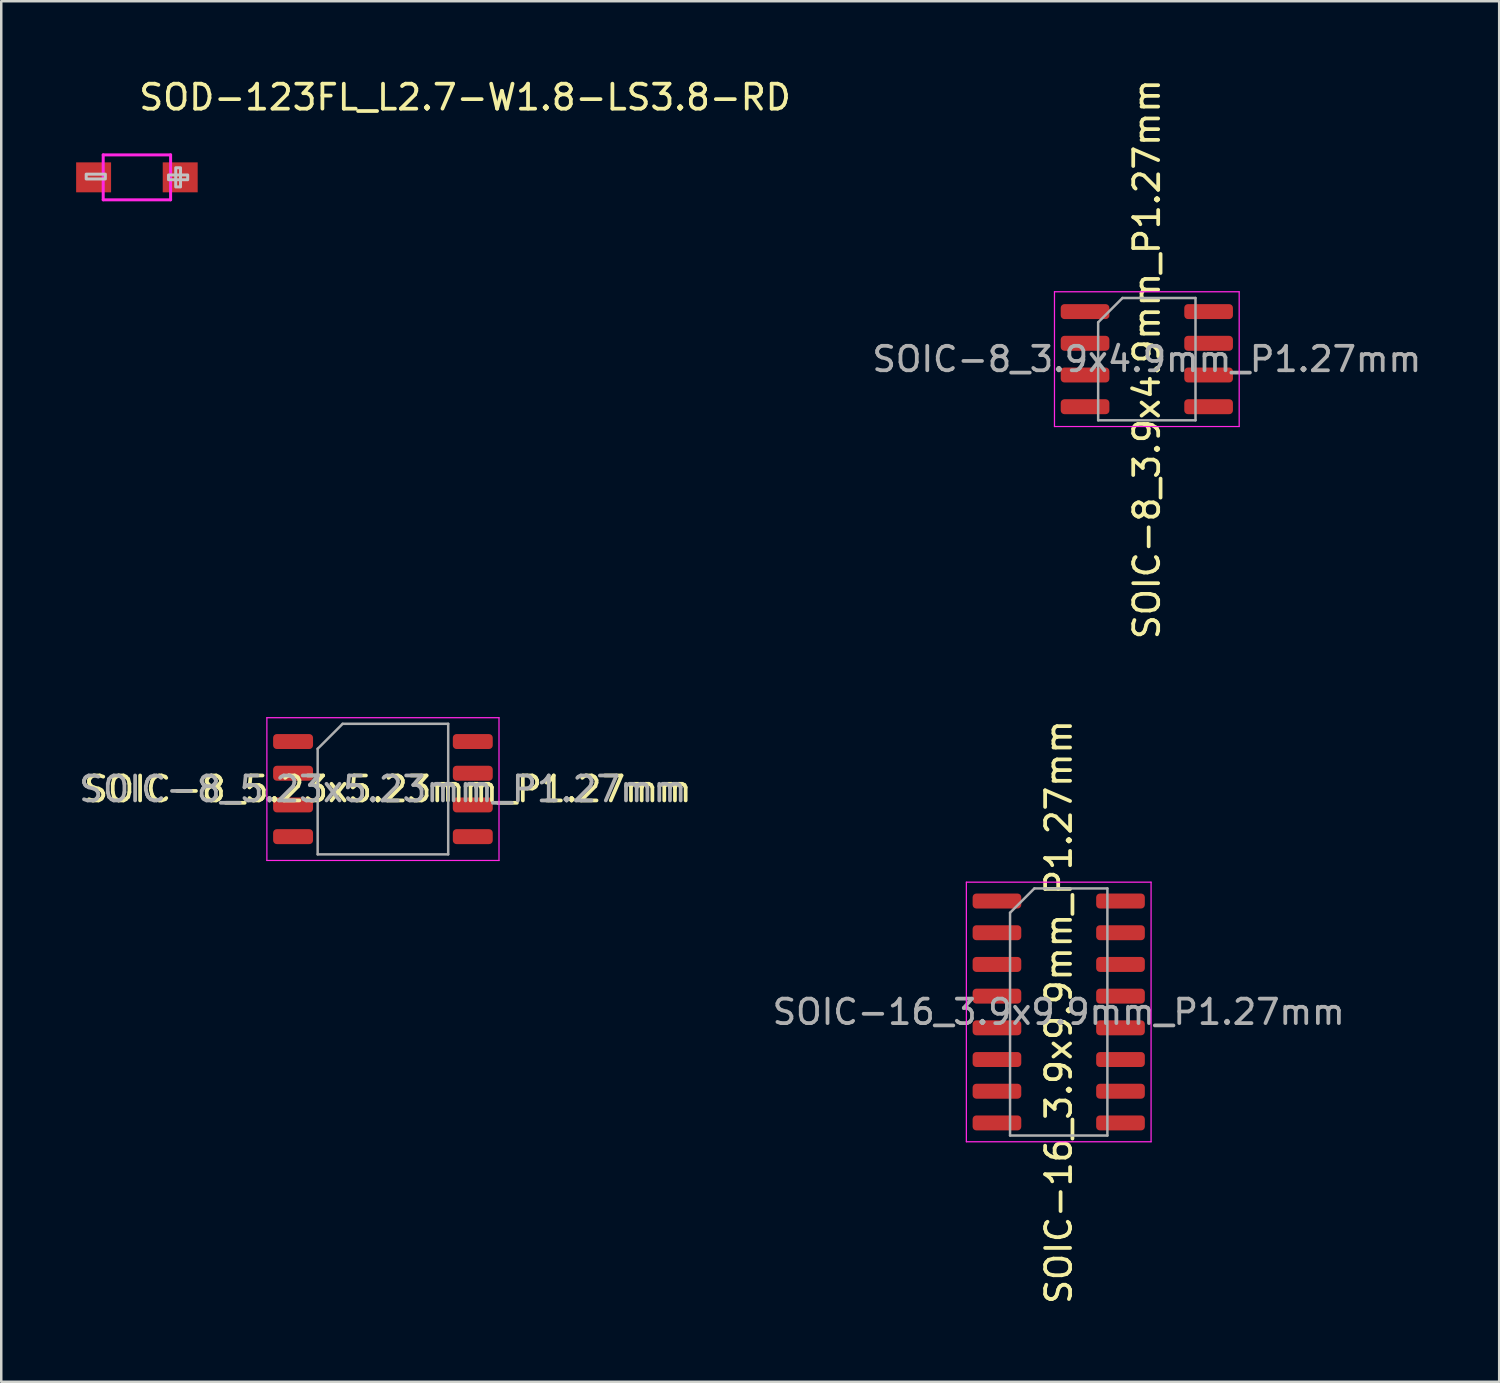
<source format=kicad_pcb>
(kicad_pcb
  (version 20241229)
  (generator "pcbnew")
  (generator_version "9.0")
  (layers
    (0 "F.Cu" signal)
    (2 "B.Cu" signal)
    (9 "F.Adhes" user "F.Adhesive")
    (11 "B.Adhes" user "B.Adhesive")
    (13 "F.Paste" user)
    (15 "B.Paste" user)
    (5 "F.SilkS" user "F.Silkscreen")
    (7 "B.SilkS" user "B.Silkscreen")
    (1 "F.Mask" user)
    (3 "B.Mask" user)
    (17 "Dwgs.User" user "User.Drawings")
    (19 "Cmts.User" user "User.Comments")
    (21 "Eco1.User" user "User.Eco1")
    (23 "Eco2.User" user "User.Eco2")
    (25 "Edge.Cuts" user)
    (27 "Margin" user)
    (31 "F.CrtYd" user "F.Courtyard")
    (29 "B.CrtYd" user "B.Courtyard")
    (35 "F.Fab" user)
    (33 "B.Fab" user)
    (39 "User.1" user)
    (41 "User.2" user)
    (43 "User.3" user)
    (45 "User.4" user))
  (footprint "SOIC-16_3.9x9.9mm_P1.27mm"
    (layer "F.Cu")
    (at 39.367 37.494)
    (property "Reference" "SOIC-16_3.9x9.9mm_P1.27mm" (at 0 0 90) (layer "F.SilkS") (effects (font (size 1 1) (thickness 0.15))))
    (attr smd)
    (fp_line (start -3.7 -5.2) (end -3.7 5.2) (stroke (width 0.05) (type solid)) (layer "F.CrtYd"))
    (fp_line (start -3.7 5.2) (end 3.7 5.2) (stroke (width 0.05) (type solid)) (layer "F.CrtYd"))
    (fp_line (start 3.7 -5.2) (end -3.7 -5.2) (stroke (width 0.05) (type solid)) (layer "F.CrtYd"))
    (fp_line (start 3.7 5.2) (end 3.7 -5.2) (stroke (width 0.05) (type solid)) (layer "F.CrtYd"))
    (fp_line (start -1.95 -3.975) (end -0.975 -4.95) (stroke (width 0.1) (type solid)) (layer "F.Fab"))
    (fp_line (start -1.95 4.95) (end -1.95 -3.975) (stroke (width 0.1) (type solid)) (layer "F.Fab"))
    (fp_line (start -0.975 -4.95) (end 1.95 -4.95) (stroke (width 0.1) (type solid)) (layer "F.Fab"))
    (fp_line (start 1.95 -4.95) (end 1.95 4.95) (stroke (width 0.1) (type solid)) (layer "F.Fab"))
    (fp_line (start 1.95 4.95) (end -1.95 4.95) (stroke (width 0.1) (type solid)) (layer "F.Fab"))
    (fp_text user "${REFERENCE}" (at 0 0 0) (layer "F.Fab") (effects (font (size 0.98 0.98) (thickness 0.15))))
    (pad "1" smd roundrect (at -2.475 -4.445) (size 1.95 0.6) (layers "F.Cu" "F.Mask" "F.Paste") (roundrect_rratio 0.25))
    (pad "2" smd roundrect (at -2.475 -3.175) (size 1.95 0.6) (layers "F.Cu" "F.Mask" "F.Paste") (roundrect_rratio 0.25))
    (pad "3" smd roundrect (at -2.475 -1.905) (size 1.95 0.6) (layers "F.Cu" "F.Mask" "F.Paste") (roundrect_rratio 0.25))
    (pad "4" smd roundrect (at -2.475 -0.635) (size 1.95 0.6) (layers "F.Cu" "F.Mask" "F.Paste") (roundrect_rratio 0.25))
    (pad "5" smd roundrect (at -2.475 0.635) (size 1.95 0.6) (layers "F.Cu" "F.Mask" "F.Paste") (roundrect_rratio 0.25))
    (pad "6" smd roundrect (at -2.475 1.905) (size 1.95 0.6) (layers "F.Cu" "F.Mask" "F.Paste") (roundrect_rratio 0.25))
    (pad "7" smd roundrect (at -2.475 3.175) (size 1.95 0.6) (layers "F.Cu" "F.Mask" "F.Paste") (roundrect_rratio 0.25))
    (pad "8" smd roundrect (at -2.475 4.445) (size 1.95 0.6) (layers "F.Cu" "F.Mask" "F.Paste") (roundrect_rratio 0.25))
    (pad "9" smd roundrect (at 2.475 4.445) (size 1.95 0.6) (layers "F.Cu" "F.Mask" "F.Paste") (roundrect_rratio 0.25))
    (pad "10" smd roundrect (at 2.475 3.175) (size 1.95 0.6) (layers "F.Cu" "F.Mask" "F.Paste") (roundrect_rratio 0.25))
    (pad "11" smd roundrect (at 2.475 1.905) (size 1.95 0.6) (layers "F.Cu" "F.Mask" "F.Paste") (roundrect_rratio 0.25))
    (pad "12" smd roundrect (at 2.475 0.635) (size 1.95 0.6) (layers "F.Cu" "F.Mask" "F.Paste") (roundrect_rratio 0.25))
    (pad "13" smd roundrect (at 2.475 -0.635) (size 1.95 0.6) (layers "F.Cu" "F.Mask" "F.Paste") (roundrect_rratio 0.25))
    (pad "14" smd roundrect (at 2.475 -1.905) (size 1.95 0.6) (layers "F.Cu" "F.Mask" "F.Paste") (roundrect_rratio 0.25))
    (pad "15" smd roundrect (at 2.475 -3.175) (size 1.95 0.6) (layers "F.Cu" "F.Mask" "F.Paste") (roundrect_rratio 0.25))
    (pad "16" smd roundrect (at 2.475 -4.445) (size 1.95 0.6) (layers "F.Cu" "F.Mask" "F.Paste") (roundrect_rratio 0.25)))
  (footprint "SOIC-8_5.23x5.23mm_P1.27mm"
    (layer "F.Cu")
    (at 12.292 28.564)
    (property "Reference" "SOIC-8_5.23x5.23mm_P1.27mm" (at 0.2 0 0) (layer "F.SilkS") (effects (font (size 1 1) (thickness 0.15))))
    (attr smd)
    (fp_line (start -4.65 -2.86) (end -4.65 2.86) (stroke (width 0.05) (type solid)) (layer "F.CrtYd"))
    (fp_line (start -4.65 2.86) (end 4.65 2.86) (stroke (width 0.05) (type solid)) (layer "F.CrtYd"))
    (fp_line (start 4.65 -2.86) (end -4.65 -2.86) (stroke (width 0.05) (type solid)) (layer "F.CrtYd"))
    (fp_line (start 4.65 2.86) (end 4.65 -2.86) (stroke (width 0.05) (type solid)) (layer "F.CrtYd"))
    (fp_line (start -2.615 -1.615) (end -1.615 -2.615) (stroke (width 0.1) (type solid)) (layer "F.Fab"))
    (fp_line (start -2.615 2.615) (end -2.615 -1.615) (stroke (width 0.1) (type solid)) (layer "F.Fab"))
    (fp_line (start -1.615 -2.615) (end 2.615 -2.615) (stroke (width 0.1) (type solid)) (layer "F.Fab"))
    (fp_line (start 2.615 -2.615) (end 2.615 2.615) (stroke (width 0.1) (type solid)) (layer "F.Fab"))
    (fp_line (start 2.615 2.615) (end -2.615 2.615) (stroke (width 0.1) (type solid)) (layer "F.Fab"))
    (fp_text user "${REFERENCE}" (at 0 0 0) (layer "F.Fab") (effects (font (size 1 1) (thickness 0.15))))
    (pad "1" smd roundrect (at -3.6 -1.905) (size 1.6 0.6) (layers "F.Cu" "F.Mask" "F.Paste") (roundrect_rratio 0.25))
    (pad "2" smd roundrect (at -3.6 -0.635) (size 1.6 0.6) (layers "F.Cu" "F.Mask" "F.Paste") (roundrect_rratio 0.25))
    (pad "3" smd roundrect (at -3.6 0.635) (size 1.6 0.6) (layers "F.Cu" "F.Mask" "F.Paste") (roundrect_rratio 0.25))
    (pad "4" smd roundrect (at -3.6 1.905) (size 1.6 0.6) (layers "F.Cu" "F.Mask" "F.Paste") (roundrect_rratio 0.25))
    (pad "5" smd roundrect (at 3.6 1.905) (size 1.6 0.6) (layers "F.Cu" "F.Mask" "F.Paste") (roundrect_rratio 0.25))
    (pad "6" smd roundrect (at 3.6 0.635) (size 1.6 0.6) (layers "F.Cu" "F.Mask" "F.Paste") (roundrect_rratio 0.25))
    (pad "7" smd roundrect (at 3.6 -0.635) (size 1.6 0.6) (layers "F.Cu" "F.Mask" "F.Paste") (roundrect_rratio 0.25))
    (pad "8" smd roundrect (at 3.6 -1.905) (size 1.6 0.6) (layers "F.Cu" "F.Mask" "F.Paste") (roundrect_rratio 0.25)))
  (footprint "SOIC-8_3.9x4.9mm_P1.27mm"
    (layer "F.Cu")
    (at 42.897 11.339)
    (property "Reference" "SOIC-8_3.9x4.9mm_P1.27mm" (at 0 0 90) (layer "F.SilkS") (effects (font (size 1 1) (thickness 0.15))))
    (attr smd)
    (fp_line (start -3.7 -2.7) (end -3.7 2.7) (stroke (width 0.05) (type solid)) (layer "F.CrtYd"))
    (fp_line (start -3.7 2.7) (end 3.7 2.7) (stroke (width 0.05) (type solid)) (layer "F.CrtYd"))
    (fp_line (start 3.7 -2.7) (end -3.7 -2.7) (stroke (width 0.05) (type solid)) (layer "F.CrtYd"))
    (fp_line (start 3.7 2.7) (end 3.7 -2.7) (stroke (width 0.05) (type solid)) (layer "F.CrtYd"))
    (fp_line (start -1.95 -1.475) (end -0.975 -2.45) (stroke (width 0.1) (type solid)) (layer "F.Fab"))
    (fp_line (start -1.95 2.45) (end -1.95 -1.475) (stroke (width 0.1) (type solid)) (layer "F.Fab"))
    (fp_line (start -0.975 -2.45) (end 1.95 -2.45) (stroke (width 0.1) (type solid)) (layer "F.Fab"))
    (fp_line (start 1.95 -2.45) (end 1.95 2.45) (stroke (width 0.1) (type solid)) (layer "F.Fab"))
    (fp_line (start 1.95 2.45) (end -1.95 2.45) (stroke (width 0.1) (type solid)) (layer "F.Fab"))
    (fp_text user "${REFERENCE}" (at 0 0 0) (layer "F.Fab") (effects (font (size 0.98 0.98) (thickness 0.15))))
    (pad "1" smd roundrect (at -2.475 -1.905) (size 1.95 0.6) (layers "F.Cu" "F.Mask" "F.Paste") (roundrect_rratio 0.25))
    (pad "2" smd roundrect (at -2.475 -0.635) (size 1.95 0.6) (layers "F.Cu" "F.Mask" "F.Paste") (roundrect_rratio 0.25))
    (pad "3" smd roundrect (at -2.475 0.635) (size 1.95 0.6) (layers "F.Cu" "F.Mask" "F.Paste") (roundrect_rratio 0.25))
    (pad "4" smd roundrect (at -2.475 1.905) (size 1.95 0.6) (layers "F.Cu" "F.Mask" "F.Paste") (roundrect_rratio 0.25))
    (pad "5" smd roundrect (at 2.475 1.905) (size 1.95 0.6) (layers "F.Cu" "F.Mask" "F.Paste") (roundrect_rratio 0.25))
    (pad "6" smd roundrect (at 2.475 0.635) (size 1.95 0.6) (layers "F.Cu" "F.Mask" "F.Paste") (roundrect_rratio 0.25))
    (pad "7" smd roundrect (at 2.475 -0.635) (size 1.95 0.6) (layers "F.Cu" "F.Mask" "F.Paste") (roundrect_rratio 0.25))
    (pad "8" smd roundrect (at 2.475 -1.905) (size 1.95 0.6) (layers "F.Cu" "F.Mask" "F.Paste") (roundrect_rratio 0.25)))
  (footprint "SOD-123FL_L2.7-W1.8-LS3.8-RD"
    (layer "F.Cu")
    (at 2.435 4.055)
    (property "Reference" "SOD-123FL_L2.7-W1.8-LS3.8-RD" (at 0 -3.207 0) (layer "F.SilkS") (effects (font (size 1 1) (thickness 0.15)) (justify left)))
    (attr through_hole)
    (fp_poly (pts (xy -2.032 -0.127) (xy -2.032 0.065) (xy -1.264 0.065) (xy -1.264 -0.127)) (stroke (width 0.12) (type solid)) (fill no) (layer "Dwgs.User"))
    (fp_poly (pts (xy 1.747 0.384) (xy 1.555 0.384) (xy 1.555 -0.384) (xy 1.747 -0.384)) (stroke (width 0.12) (type solid)) (fill no) (layer "Dwgs.User"))
    (fp_poly (pts (xy 2.035 -0.096) (xy 2.035 0.096) (xy 1.267 0.096) (xy 1.267 -0.096)) (stroke (width 0.12) (type solid)) (fill no) (layer "Dwgs.User"))
    (fp_circle (center -0.8 0.7) (end -0.77 0.7) (stroke (width 0.06) (type solid)) (fill no) (layer "Eco2.User"))
    (fp_poly (pts (xy -1.95 -0.475) (xy -1.15 -0.475) (xy -1.15 0.475) (xy -1.95 0.475)) (stroke (width 0.12) (type solid)) (fill no) (layer "Eco2.User"))
    (fp_poly (pts (xy 1.95 0.475) (xy 1.15 0.475) (xy 1.15 -0.475) (xy 1.95 -0.475)) (stroke (width 0.12) (type solid)) (fill no) (layer "Eco2.User"))
    (fp_line (start -1.35 -0.9) (end 1.35 -0.9) (stroke (width 0.12) (type solid)) (layer "F.CrtYd"))
    (fp_line (start -1.35 0.9) (end -1.35 -0.9) (stroke (width 0.12) (type solid)) (layer "F.CrtYd"))
    (fp_line (start 1.35 -0.9) (end 1.35 0.9) (stroke (width 0.12) (type solid)) (layer "F.CrtYd"))
    (fp_line (start 1.35 0.9) (end -1.35 0.9) (stroke (width 0.12) (type solid)) (layer "F.CrtYd"))
    (pad "1" smd rect (at -1.735 0) (size 1.4 1.2) (layers "F.Cu" "F.Mask" "F.Paste"))
    (pad "2" smd rect (at 1.735 0) (size 1.4 1.2) (layers "F.Cu" "F.Mask" "F.Paste")))
  (gr_rect
    (start -3 -3)
    (end 57.014 52.31)
    (stroke (width 0.1) (type default))
    (fill no)
    (layer "Edge.Cuts")))
</source>
